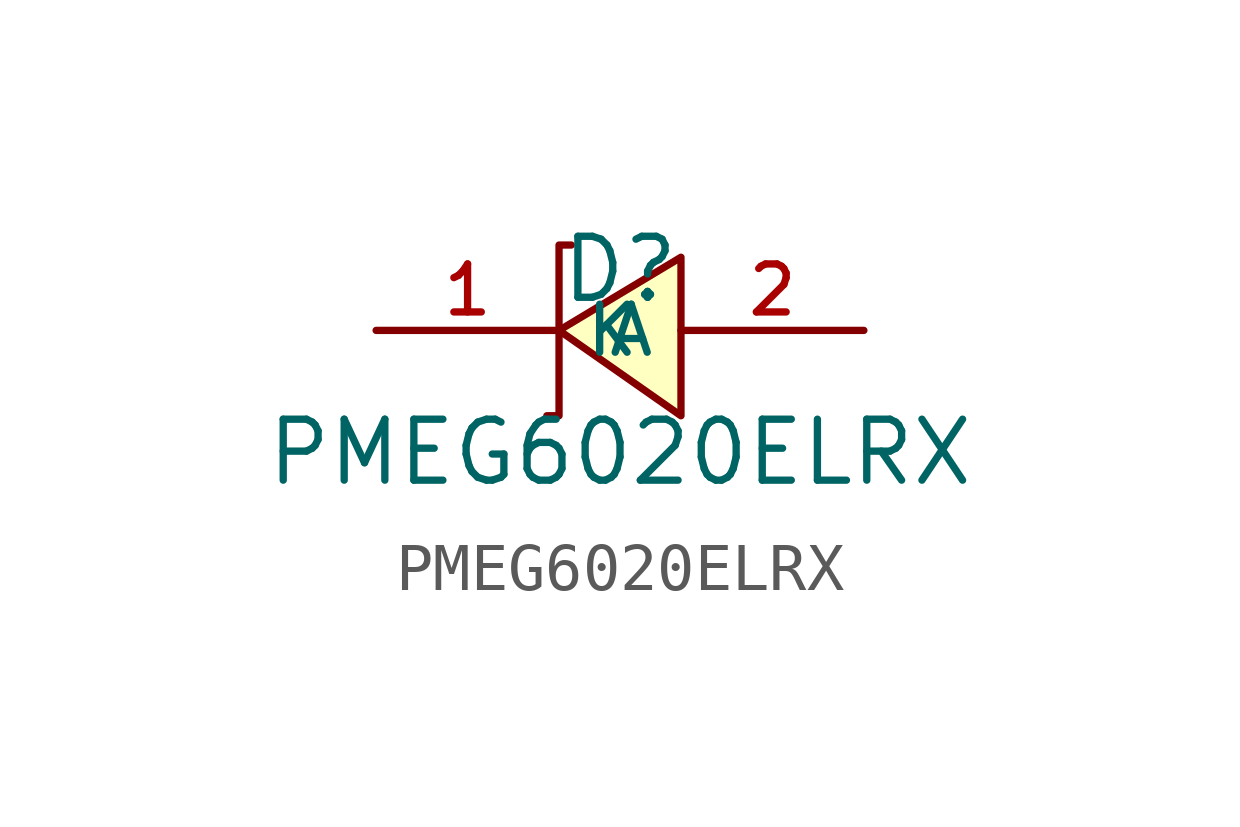
<source format=kicad_sym>
(kicad_symbol_lib
  (version 20210201)
  (generator TousstNicolas/JLC2KiCad_lib)
  (symbol "PMEG6020ELRX"
    (property "Reference" "D"
      (at 0 1.27 0)
      (effects (font (size 1.27 1.27))))
    (property "Value" "PMEG6020ELRX"
      (at 0 -2.54 0)
      (effects (font (size 1.27 1.27))))
    (symbol "PMEG6020ELRX_0_1"
      (polyline (pts (xy 1.27 1.524) (xy -1.27 -0.0) (xy 1.27 -1.778) (xy 1.27 1.524)) (stroke (width 0) (type default) (color 0 0 0 0)) (fill (type background)))
      (polyline (pts (xy -1.016 1.778) (xy -1.016 1.778) (xy -1.27 1.778) (xy -1.27 -1.778) (xy -1.27 -1.778) (xy -1.524 -1.778)) (stroke (width 0) (type default) (color 0 0 0 0)) (fill (type none)))
      (pin unspecified line (at -5.08 -0.0 0) (length 3.81) (name "K" (effects (font (size 1 1)))) (number "1" (effects (font (size 1 1)))))
      (pin unspecified line (at 5.08 -0.0 180) (length 3.81) (name "A" (effects (font (size 1 1)))) (number "2" (effects (font (size 1 1))))))))
</source>
